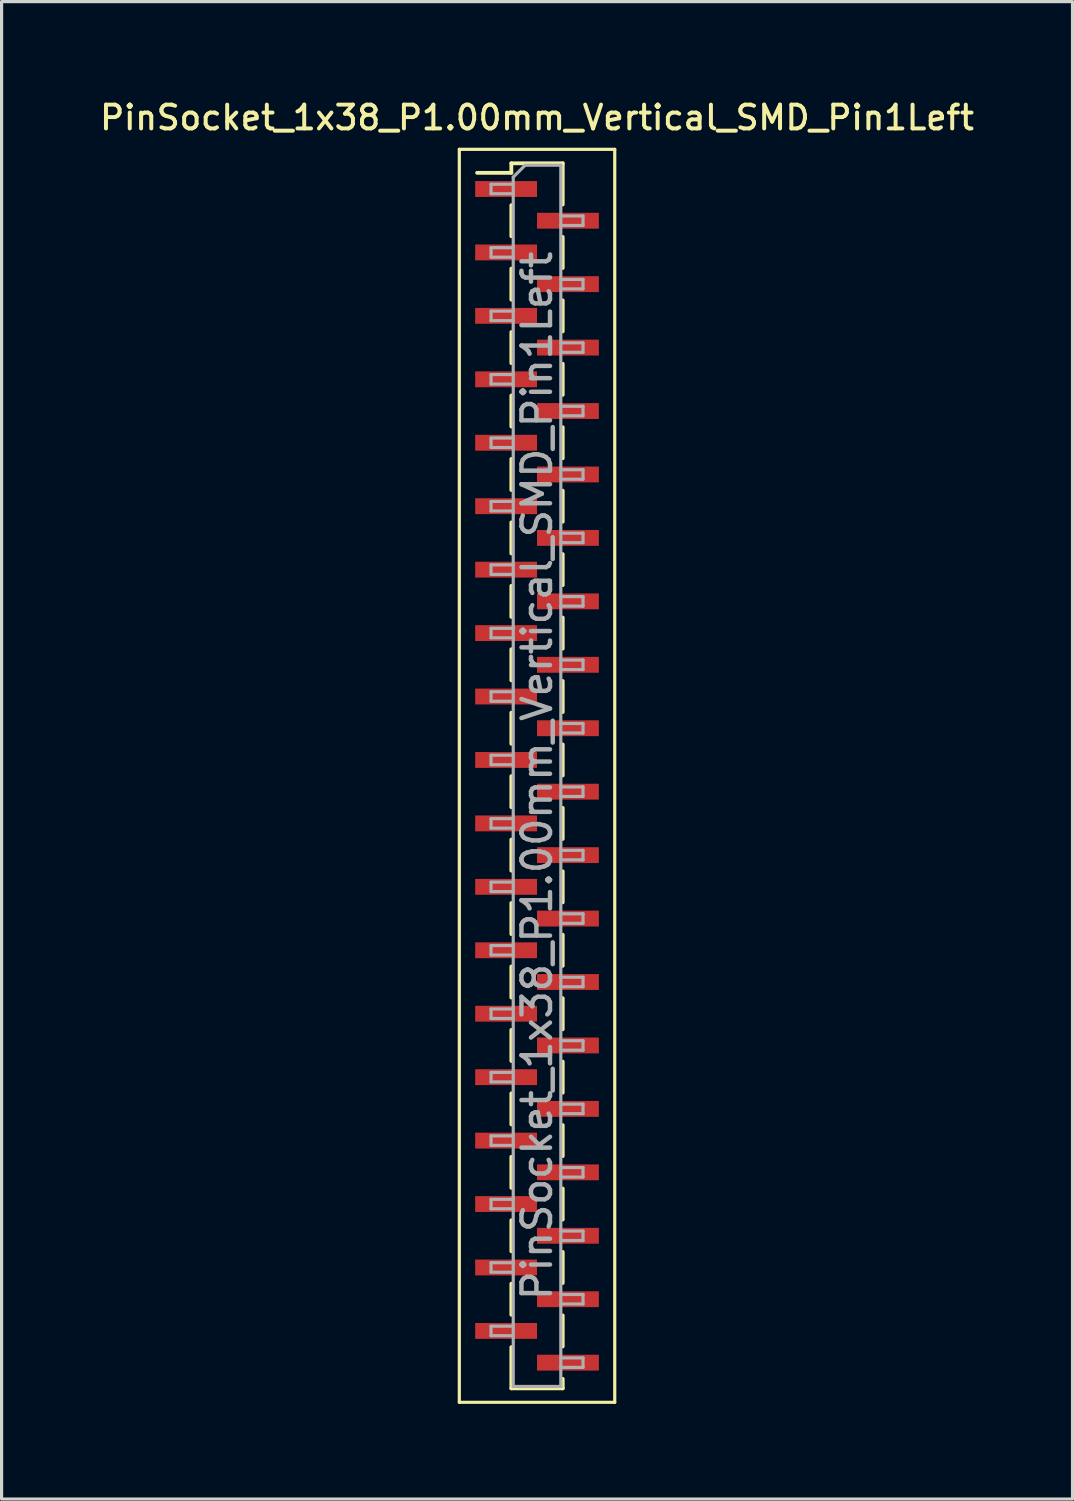
<source format=kicad_pcb>
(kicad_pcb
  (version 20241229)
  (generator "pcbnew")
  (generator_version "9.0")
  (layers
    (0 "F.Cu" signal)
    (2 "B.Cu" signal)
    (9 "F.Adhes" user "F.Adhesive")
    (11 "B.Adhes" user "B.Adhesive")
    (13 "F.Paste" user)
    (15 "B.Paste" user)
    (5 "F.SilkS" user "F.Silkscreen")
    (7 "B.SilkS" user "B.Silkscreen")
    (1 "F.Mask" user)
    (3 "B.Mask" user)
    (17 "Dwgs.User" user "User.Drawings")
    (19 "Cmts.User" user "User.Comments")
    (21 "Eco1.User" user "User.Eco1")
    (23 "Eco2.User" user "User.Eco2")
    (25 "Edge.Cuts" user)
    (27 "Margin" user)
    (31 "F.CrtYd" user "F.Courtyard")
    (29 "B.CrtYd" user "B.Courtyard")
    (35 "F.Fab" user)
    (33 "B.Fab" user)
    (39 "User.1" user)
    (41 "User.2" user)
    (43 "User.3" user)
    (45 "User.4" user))
  (footprint "PinSocket_1x38_P1.00mm_Vertical_SMD_Pin1Left"
    (layer "F.Cu")
    (at 13.88 21.408)
    (property "Reference" "PinSocket_1x38_P1.00mm_Vertical_SMD_Pin1Left" (at 0 -20.75 0) (layer "F.SilkS") (effects (font (size 0.75 0.75) (thickness 0.125))))
    (attr smd)
    (fp_line (start -2.45 -19.75) (end 2.45 -19.75) (stroke (width 0.1) (type solid)) (layer "F.SilkS"))
    (fp_line (start -2.45 19.75) (end -2.45 -19.75) (stroke (width 0.1) (type solid)) (layer "F.SilkS"))
    (fp_line (start -1.89 -19.01) (end -0.81 -19.01) (stroke (width 0.12) (type solid)) (layer "F.SilkS"))
    (fp_line (start -0.81 -19.31) (end -0.81 -19.01) (stroke (width 0.12) (type solid)) (layer "F.SilkS"))
    (fp_line (start -0.81 -19.31) (end 0.81 -19.31) (stroke (width 0.12) (type solid)) (layer "F.SilkS"))
    (fp_line (start -0.81 -17.99) (end -0.81 -17.01) (stroke (width 0.12) (type solid)) (layer "F.SilkS"))
    (fp_line (start -0.81 -15.99) (end -0.81 -15.01) (stroke (width 0.12) (type solid)) (layer "F.SilkS"))
    (fp_line (start -0.81 -13.99) (end -0.81 -13.01) (stroke (width 0.12) (type solid)) (layer "F.SilkS"))
    (fp_line (start -0.81 -11.99) (end -0.81 -11.01) (stroke (width 0.12) (type solid)) (layer "F.SilkS"))
    (fp_line (start -0.81 -9.99) (end -0.81 -9.01) (stroke (width 0.12) (type solid)) (layer "F.SilkS"))
    (fp_line (start -0.81 -7.99) (end -0.81 -7.01) (stroke (width 0.12) (type solid)) (layer "F.SilkS"))
    (fp_line (start -0.81 -5.99) (end -0.81 -5.01) (stroke (width 0.12) (type solid)) (layer "F.SilkS"))
    (fp_line (start -0.81 -3.99) (end -0.81 -3.01) (stroke (width 0.12) (type solid)) (layer "F.SilkS"))
    (fp_line (start -0.81 -1.99) (end -0.81 -1.01) (stroke (width 0.12) (type solid)) (layer "F.SilkS"))
    (fp_line (start -0.81 0.01) (end -0.81 0.99) (stroke (width 0.12) (type solid)) (layer "F.SilkS"))
    (fp_line (start -0.81 2.01) (end -0.81 2.99) (stroke (width 0.12) (type solid)) (layer "F.SilkS"))
    (fp_line (start -0.81 4.01) (end -0.81 4.99) (stroke (width 0.12) (type solid)) (layer "F.SilkS"))
    (fp_line (start -0.81 6.01) (end -0.81 6.99) (stroke (width 0.12) (type solid)) (layer "F.SilkS"))
    (fp_line (start -0.81 8.01) (end -0.81 8.99) (stroke (width 0.12) (type solid)) (layer "F.SilkS"))
    (fp_line (start -0.81 10.01) (end -0.81 10.99) (stroke (width 0.12) (type solid)) (layer "F.SilkS"))
    (fp_line (start -0.81 12.01) (end -0.81 12.99) (stroke (width 0.12) (type solid)) (layer "F.SilkS"))
    (fp_line (start -0.81 14.01) (end -0.81 14.99) (stroke (width 0.12) (type solid)) (layer "F.SilkS"))
    (fp_line (start -0.81 16.01) (end -0.81 16.99) (stroke (width 0.12) (type solid)) (layer "F.SilkS"))
    (fp_line (start -0.81 18.01) (end -0.81 19.31) (stroke (width 0.12) (type solid)) (layer "F.SilkS"))
    (fp_line (start -0.81 19.31) (end 0.81 19.31) (stroke (width 0.12) (type solid)) (layer "F.SilkS"))
    (fp_line (start 0.81 -19.31) (end 0.81 -18.01) (stroke (width 0.12) (type solid)) (layer "F.SilkS"))
    (fp_line (start 0.81 -16.99) (end 0.81 -16.01) (stroke (width 0.12) (type solid)) (layer "F.SilkS"))
    (fp_line (start 0.81 -14.99) (end 0.81 -14.01) (stroke (width 0.12) (type solid)) (layer "F.SilkS"))
    (fp_line (start 0.81 -12.99) (end 0.81 -12.01) (stroke (width 0.12) (type solid)) (layer "F.SilkS"))
    (fp_line (start 0.81 -10.99) (end 0.81 -10.01) (stroke (width 0.12) (type solid)) (layer "F.SilkS"))
    (fp_line (start 0.81 -8.99) (end 0.81 -8.01) (stroke (width 0.12) (type solid)) (layer "F.SilkS"))
    (fp_line (start 0.81 -6.99) (end 0.81 -6.01) (stroke (width 0.12) (type solid)) (layer "F.SilkS"))
    (fp_line (start 0.81 -4.99) (end 0.81 -4.01) (stroke (width 0.12) (type solid)) (layer "F.SilkS"))
    (fp_line (start 0.81 -2.99) (end 0.81 -2.01) (stroke (width 0.12) (type solid)) (layer "F.SilkS"))
    (fp_line (start 0.81 -0.99) (end 0.81 -0.01) (stroke (width 0.12) (type solid)) (layer "F.SilkS"))
    (fp_line (start 0.81 1.01) (end 0.81 1.99) (stroke (width 0.12) (type solid)) (layer "F.SilkS"))
    (fp_line (start 0.81 3.01) (end 0.81 3.99) (stroke (width 0.12) (type solid)) (layer "F.SilkS"))
    (fp_line (start 0.81 5.01) (end 0.81 5.99) (stroke (width 0.12) (type solid)) (layer "F.SilkS"))
    (fp_line (start 0.81 7.01) (end 0.81 7.99) (stroke (width 0.12) (type solid)) (layer "F.SilkS"))
    (fp_line (start 0.81 9.01) (end 0.81 9.99) (stroke (width 0.12) (type solid)) (layer "F.SilkS"))
    (fp_line (start 0.81 11.01) (end 0.81 11.99) (stroke (width 0.12) (type solid)) (layer "F.SilkS"))
    (fp_line (start 0.81 13.01) (end 0.81 13.99) (stroke (width 0.12) (type solid)) (layer "F.SilkS"))
    (fp_line (start 0.81 15.01) (end 0.81 15.99) (stroke (width 0.12) (type solid)) (layer "F.SilkS"))
    (fp_line (start 0.81 17.01) (end 0.81 17.99) (stroke (width 0.12) (type solid)) (layer "F.SilkS"))
    (fp_line (start 0.81 19.01) (end 0.81 19.31) (stroke (width 0.12) (type solid)) (layer "F.SilkS"))
    (fp_line (start 2.45 -19.75) (end 2.45 19.75) (stroke (width 0.1) (type solid)) (layer "F.SilkS"))
    (fp_line (start 2.45 19.75) (end -2.45 19.75) (stroke (width 0.1) (type solid)) (layer "F.SilkS"))
    (fp_line (start -1.45 -18.65) (end -0.75 -18.65) (stroke (width 0.1) (type solid)) (layer "F.Fab"))
    (fp_line (start -1.45 -18.35) (end -1.45 -18.65) (stroke (width 0.1) (type solid)) (layer "F.Fab"))
    (fp_line (start -1.45 -16.65) (end -0.75 -16.65) (stroke (width 0.1) (type solid)) (layer "F.Fab"))
    (fp_line (start -1.45 -16.35) (end -1.45 -16.65) (stroke (width 0.1) (type solid)) (layer "F.Fab"))
    (fp_line (start -1.45 -14.65) (end -0.75 -14.65) (stroke (width 0.1) (type solid)) (layer "F.Fab"))
    (fp_line (start -1.45 -14.35) (end -1.45 -14.65) (stroke (width 0.1) (type solid)) (layer "F.Fab"))
    (fp_line (start -1.45 -12.65) (end -0.75 -12.65) (stroke (width 0.1) (type solid)) (layer "F.Fab"))
    (fp_line (start -1.45 -12.35) (end -1.45 -12.65) (stroke (width 0.1) (type solid)) (layer "F.Fab"))
    (fp_line (start -1.45 -10.65) (end -0.75 -10.65) (stroke (width 0.1) (type solid)) (layer "F.Fab"))
    (fp_line (start -1.45 -10.35) (end -1.45 -10.65) (stroke (width 0.1) (type solid)) (layer "F.Fab"))
    (fp_line (start -1.45 -8.65) (end -0.75 -8.65) (stroke (width 0.1) (type solid)) (layer "F.Fab"))
    (fp_line (start -1.45 -8.35) (end -1.45 -8.65) (stroke (width 0.1) (type solid)) (layer "F.Fab"))
    (fp_line (start -1.45 -6.65) (end -0.75 -6.65) (stroke (width 0.1) (type solid)) (layer "F.Fab"))
    (fp_line (start -1.45 -6.35) (end -1.45 -6.65) (stroke (width 0.1) (type solid)) (layer "F.Fab"))
    (fp_line (start -1.45 -4.65) (end -0.75 -4.65) (stroke (width 0.1) (type solid)) (layer "F.Fab"))
    (fp_line (start -1.45 -4.35) (end -1.45 -4.65) (stroke (width 0.1) (type solid)) (layer "F.Fab"))
    (fp_line (start -1.45 -2.65) (end -0.75 -2.65) (stroke (width 0.1) (type solid)) (layer "F.Fab"))
    (fp_line (start -1.45 -2.35) (end -1.45 -2.65) (stroke (width 0.1) (type solid)) (layer "F.Fab"))
    (fp_line (start -1.45 -0.65) (end -0.75 -0.65) (stroke (width 0.1) (type solid)) (layer "F.Fab"))
    (fp_line (start -1.45 -0.35) (end -1.45 -0.65) (stroke (width 0.1) (type solid)) (layer "F.Fab"))
    (fp_line (start -1.45 1.35) (end -0.75 1.35) (stroke (width 0.1) (type solid)) (layer "F.Fab"))
    (fp_line (start -1.45 1.65) (end -1.45 1.35) (stroke (width 0.1) (type solid)) (layer "F.Fab"))
    (fp_line (start -1.45 3.35) (end -0.75 3.35) (stroke (width 0.1) (type solid)) (layer "F.Fab"))
    (fp_line (start -1.45 3.65) (end -1.45 3.35) (stroke (width 0.1) (type solid)) (layer "F.Fab"))
    (fp_line (start -1.45 5.35) (end -0.75 5.35) (stroke (width 0.1) (type solid)) (layer "F.Fab"))
    (fp_line (start -1.45 5.65) (end -1.45 5.35) (stroke (width 0.1) (type solid)) (layer "F.Fab"))
    (fp_line (start -1.45 7.35) (end -0.75 7.35) (stroke (width 0.1) (type solid)) (layer "F.Fab"))
    (fp_line (start -1.45 7.65) (end -1.45 7.35) (stroke (width 0.1) (type solid)) (layer "F.Fab"))
    (fp_line (start -1.45 9.35) (end -0.75 9.35) (stroke (width 0.1) (type solid)) (layer "F.Fab"))
    (fp_line (start -1.45 9.65) (end -1.45 9.35) (stroke (width 0.1) (type solid)) (layer "F.Fab"))
    (fp_line (start -1.45 11.35) (end -0.75 11.35) (stroke (width 0.1) (type solid)) (layer "F.Fab"))
    (fp_line (start -1.45 11.65) (end -1.45 11.35) (stroke (width 0.1) (type solid)) (layer "F.Fab"))
    (fp_line (start -1.45 13.35) (end -0.75 13.35) (stroke (width 0.1) (type solid)) (layer "F.Fab"))
    (fp_line (start -1.45 13.65) (end -1.45 13.35) (stroke (width 0.1) (type solid)) (layer "F.Fab"))
    (fp_line (start -1.45 15.35) (end -0.75 15.35) (stroke (width 0.1) (type solid)) (layer "F.Fab"))
    (fp_line (start -1.45 15.65) (end -1.45 15.35) (stroke (width 0.1) (type solid)) (layer "F.Fab"))
    (fp_line (start -1.45 17.35) (end -0.75 17.35) (stroke (width 0.1) (type solid)) (layer "F.Fab"))
    (fp_line (start -1.45 17.65) (end -1.45 17.35) (stroke (width 0.1) (type solid)) (layer "F.Fab"))
    (fp_line (start -0.75 -18.875) (end -0.375 -19.25) (stroke (width 0.1) (type solid)) (layer "F.Fab"))
    (fp_line (start -0.75 -18.35) (end -1.45 -18.35) (stroke (width 0.1) (type solid)) (layer "F.Fab"))
    (fp_line (start -0.75 -16.35) (end -1.45 -16.35) (stroke (width 0.1) (type solid)) (layer "F.Fab"))
    (fp_line (start -0.75 -14.35) (end -1.45 -14.35) (stroke (width 0.1) (type solid)) (layer "F.Fab"))
    (fp_line (start -0.75 -12.35) (end -1.45 -12.35) (stroke (width 0.1) (type solid)) (layer "F.Fab"))
    (fp_line (start -0.75 -10.35) (end -1.45 -10.35) (stroke (width 0.1) (type solid)) (layer "F.Fab"))
    (fp_line (start -0.75 -8.35) (end -1.45 -8.35) (stroke (width 0.1) (type solid)) (layer "F.Fab"))
    (fp_line (start -0.75 -6.35) (end -1.45 -6.35) (stroke (width 0.1) (type solid)) (layer "F.Fab"))
    (fp_line (start -0.75 -4.35) (end -1.45 -4.35) (stroke (width 0.1) (type solid)) (layer "F.Fab"))
    (fp_line (start -0.75 -2.35) (end -1.45 -2.35) (stroke (width 0.1) (type solid)) (layer "F.Fab"))
    (fp_line (start -0.75 -0.35) (end -1.45 -0.35) (stroke (width 0.1) (type solid)) (layer "F.Fab"))
    (fp_line (start -0.75 1.65) (end -1.45 1.65) (stroke (width 0.1) (type solid)) (layer "F.Fab"))
    (fp_line (start -0.75 3.65) (end -1.45 3.65) (stroke (width 0.1) (type solid)) (layer "F.Fab"))
    (fp_line (start -0.75 5.65) (end -1.45 5.65) (stroke (width 0.1) (type solid)) (layer "F.Fab"))
    (fp_line (start -0.75 7.65) (end -1.45 7.65) (stroke (width 0.1) (type solid)) (layer "F.Fab"))
    (fp_line (start -0.75 9.65) (end -1.45 9.65) (stroke (width 0.1) (type solid)) (layer "F.Fab"))
    (fp_line (start -0.75 11.65) (end -1.45 11.65) (stroke (width 0.1) (type solid)) (layer "F.Fab"))
    (fp_line (start -0.75 13.65) (end -1.45 13.65) (stroke (width 0.1) (type solid)) (layer "F.Fab"))
    (fp_line (start -0.75 15.65) (end -1.45 15.65) (stroke (width 0.1) (type solid)) (layer "F.Fab"))
    (fp_line (start -0.75 17.65) (end -1.45 17.65) (stroke (width 0.1) (type solid)) (layer "F.Fab"))
    (fp_line (start -0.75 19.25) (end -0.75 -18.875) (stroke (width 0.1) (type solid)) (layer "F.Fab"))
    (fp_line (start -0.375 -19.25) (end 0.75 -19.25) (stroke (width 0.1) (type solid)) (layer "F.Fab"))
    (fp_line (start 0.75 -19.25) (end 0.75 19.25) (stroke (width 0.1) (type solid)) (layer "F.Fab"))
    (fp_line (start 0.75 -17.65) (end 1.45 -17.65) (stroke (width 0.1) (type solid)) (layer "F.Fab"))
    (fp_line (start 0.75 -15.65) (end 1.45 -15.65) (stroke (width 0.1) (type solid)) (layer "F.Fab"))
    (fp_line (start 0.75 -13.65) (end 1.45 -13.65) (stroke (width 0.1) (type solid)) (layer "F.Fab"))
    (fp_line (start 0.75 -11.65) (end 1.45 -11.65) (stroke (width 0.1) (type solid)) (layer "F.Fab"))
    (fp_line (start 0.75 -9.65) (end 1.45 -9.65) (stroke (width 0.1) (type solid)) (layer "F.Fab"))
    (fp_line (start 0.75 -7.65) (end 1.45 -7.65) (stroke (width 0.1) (type solid)) (layer "F.Fab"))
    (fp_line (start 0.75 -5.65) (end 1.45 -5.65) (stroke (width 0.1) (type solid)) (layer "F.Fab"))
    (fp_line (start 0.75 -3.65) (end 1.45 -3.65) (stroke (width 0.1) (type solid)) (layer "F.Fab"))
    (fp_line (start 0.75 -1.65) (end 1.45 -1.65) (stroke (width 0.1) (type solid)) (layer "F.Fab"))
    (fp_line (start 0.75 0.35) (end 1.45 0.35) (stroke (width 0.1) (type solid)) (layer "F.Fab"))
    (fp_line (start 0.75 2.35) (end 1.45 2.35) (stroke (width 0.1) (type solid)) (layer "F.Fab"))
    (fp_line (start 0.75 4.35) (end 1.45 4.35) (stroke (width 0.1) (type solid)) (layer "F.Fab"))
    (fp_line (start 0.75 6.35) (end 1.45 6.35) (stroke (width 0.1) (type solid)) (layer "F.Fab"))
    (fp_line (start 0.75 8.35) (end 1.45 8.35) (stroke (width 0.1) (type solid)) (layer "F.Fab"))
    (fp_line (start 0.75 10.35) (end 1.45 10.35) (stroke (width 0.1) (type solid)) (layer "F.Fab"))
    (fp_line (start 0.75 12.35) (end 1.45 12.35) (stroke (width 0.1) (type solid)) (layer "F.Fab"))
    (fp_line (start 0.75 14.35) (end 1.45 14.35) (stroke (width 0.1) (type solid)) (layer "F.Fab"))
    (fp_line (start 0.75 16.35) (end 1.45 16.35) (stroke (width 0.1) (type solid)) (layer "F.Fab"))
    (fp_line (start 0.75 18.35) (end 1.45 18.35) (stroke (width 0.1) (type solid)) (layer "F.Fab"))
    (fp_line (start 0.75 19.25) (end -0.75 19.25) (stroke (width 0.1) (type solid)) (layer "F.Fab"))
    (fp_line (start 1.45 -17.65) (end 1.45 -17.35) (stroke (width 0.1) (type solid)) (layer "F.Fab"))
    (fp_line (start 1.45 -17.35) (end 0.75 -17.35) (stroke (width 0.1) (type solid)) (layer "F.Fab"))
    (fp_line (start 1.45 -15.65) (end 1.45 -15.35) (stroke (width 0.1) (type solid)) (layer "F.Fab"))
    (fp_line (start 1.45 -15.35) (end 0.75 -15.35) (stroke (width 0.1) (type solid)) (layer "F.Fab"))
    (fp_line (start 1.45 -13.65) (end 1.45 -13.35) (stroke (width 0.1) (type solid)) (layer "F.Fab"))
    (fp_line (start 1.45 -13.35) (end 0.75 -13.35) (stroke (width 0.1) (type solid)) (layer "F.Fab"))
    (fp_line (start 1.45 -11.65) (end 1.45 -11.35) (stroke (width 0.1) (type solid)) (layer "F.Fab"))
    (fp_line (start 1.45 -11.35) (end 0.75 -11.35) (stroke (width 0.1) (type solid)) (layer "F.Fab"))
    (fp_line (start 1.45 -9.65) (end 1.45 -9.35) (stroke (width 0.1) (type solid)) (layer "F.Fab"))
    (fp_line (start 1.45 -9.35) (end 0.75 -9.35) (stroke (width 0.1) (type solid)) (layer "F.Fab"))
    (fp_line (start 1.45 -7.65) (end 1.45 -7.35) (stroke (width 0.1) (type solid)) (layer "F.Fab"))
    (fp_line (start 1.45 -7.35) (end 0.75 -7.35) (stroke (width 0.1) (type solid)) (layer "F.Fab"))
    (fp_line (start 1.45 -5.65) (end 1.45 -5.35) (stroke (width 0.1) (type solid)) (layer "F.Fab"))
    (fp_line (start 1.45 -5.35) (end 0.75 -5.35) (stroke (width 0.1) (type solid)) (layer "F.Fab"))
    (fp_line (start 1.45 -3.65) (end 1.45 -3.35) (stroke (width 0.1) (type solid)) (layer "F.Fab"))
    (fp_line (start 1.45 -3.35) (end 0.75 -3.35) (stroke (width 0.1) (type solid)) (layer "F.Fab"))
    (fp_line (start 1.45 -1.65) (end 1.45 -1.35) (stroke (width 0.1) (type solid)) (layer "F.Fab"))
    (fp_line (start 1.45 -1.35) (end 0.75 -1.35) (stroke (width 0.1) (type solid)) (layer "F.Fab"))
    (fp_line (start 1.45 0.35) (end 1.45 0.65) (stroke (width 0.1) (type solid)) (layer "F.Fab"))
    (fp_line (start 1.45 0.65) (end 0.75 0.65) (stroke (width 0.1) (type solid)) (layer "F.Fab"))
    (fp_line (start 1.45 2.35) (end 1.45 2.65) (stroke (width 0.1) (type solid)) (layer "F.Fab"))
    (fp_line (start 1.45 2.65) (end 0.75 2.65) (stroke (width 0.1) (type solid)) (layer "F.Fab"))
    (fp_line (start 1.45 4.35) (end 1.45 4.65) (stroke (width 0.1) (type solid)) (layer "F.Fab"))
    (fp_line (start 1.45 4.65) (end 0.75 4.65) (stroke (width 0.1) (type solid)) (layer "F.Fab"))
    (fp_line (start 1.45 6.35) (end 1.45 6.65) (stroke (width 0.1) (type solid)) (layer "F.Fab"))
    (fp_line (start 1.45 6.65) (end 0.75 6.65) (stroke (width 0.1) (type solid)) (layer "F.Fab"))
    (fp_line (start 1.45 8.35) (end 1.45 8.65) (stroke (width 0.1) (type solid)) (layer "F.Fab"))
    (fp_line (start 1.45 8.65) (end 0.75 8.65) (stroke (width 0.1) (type solid)) (layer "F.Fab"))
    (fp_line (start 1.45 10.35) (end 1.45 10.65) (stroke (width 0.1) (type solid)) (layer "F.Fab"))
    (fp_line (start 1.45 10.65) (end 0.75 10.65) (stroke (width 0.1) (type solid)) (layer "F.Fab"))
    (fp_line (start 1.45 12.35) (end 1.45 12.65) (stroke (width 0.1) (type solid)) (layer "F.Fab"))
    (fp_line (start 1.45 12.65) (end 0.75 12.65) (stroke (width 0.1) (type solid)) (layer "F.Fab"))
    (fp_line (start 1.45 14.35) (end 1.45 14.65) (stroke (width 0.1) (type solid)) (layer "F.Fab"))
    (fp_line (start 1.45 14.65) (end 0.75 14.65) (stroke (width 0.1) (type solid)) (layer "F.Fab"))
    (fp_line (start 1.45 16.35) (end 1.45 16.65) (stroke (width 0.1) (type solid)) (layer "F.Fab"))
    (fp_line (start 1.45 16.65) (end 0.75 16.65) (stroke (width 0.1) (type solid)) (layer "F.Fab"))
    (fp_line (start 1.45 18.35) (end 1.45 18.65) (stroke (width 0.1) (type solid)) (layer "F.Fab"))
    (fp_line (start 1.45 18.65) (end 0.75 18.65) (stroke (width 0.1) (type solid)) (layer "F.Fab"))
    (fp_text user "${REFERENCE}" (at 0 0 90) (layer "F.Fab") (effects (font (size 0.9 0.9) (thickness 0.14))))
    (pad "1" smd rect (at -0.975 -18.5) (size 1.95 0.5) (layers "F.Cu" "F.Mask" "F.Paste"))
    (pad "2" smd rect (at 0.975 -17.5) (size 1.95 0.5) (layers "F.Cu" "F.Mask" "F.Paste"))
    (pad "3" smd rect (at -0.975 -16.5) (size 1.95 0.5) (layers "F.Cu" "F.Mask" "F.Paste"))
    (pad "4" smd rect (at 0.975 -15.5) (size 1.95 0.5) (layers "F.Cu" "F.Mask" "F.Paste"))
    (pad "5" smd rect (at -0.975 -14.5) (size 1.95 0.5) (layers "F.Cu" "F.Mask" "F.Paste"))
    (pad "6" smd rect (at 0.975 -13.5) (size 1.95 0.5) (layers "F.Cu" "F.Mask" "F.Paste"))
    (pad "7" smd rect (at -0.975 -12.5) (size 1.95 0.5) (layers "F.Cu" "F.Mask" "F.Paste"))
    (pad "8" smd rect (at 0.975 -11.5) (size 1.95 0.5) (layers "F.Cu" "F.Mask" "F.Paste"))
    (pad "9" smd rect (at -0.975 -10.5) (size 1.95 0.5) (layers "F.Cu" "F.Mask" "F.Paste"))
    (pad "10" smd rect (at 0.975 -9.5) (size 1.95 0.5) (layers "F.Cu" "F.Mask" "F.Paste"))
    (pad "11" smd rect (at -0.975 -8.5) (size 1.95 0.5) (layers "F.Cu" "F.Mask" "F.Paste"))
    (pad "12" smd rect (at 0.975 -7.5) (size 1.95 0.5) (layers "F.Cu" "F.Mask" "F.Paste"))
    (pad "13" smd rect (at -0.975 -6.5) (size 1.95 0.5) (layers "F.Cu" "F.Mask" "F.Paste"))
    (pad "14" smd rect (at 0.975 -5.5) (size 1.95 0.5) (layers "F.Cu" "F.Mask" "F.Paste"))
    (pad "15" smd rect (at -0.975 -4.5) (size 1.95 0.5) (layers "F.Cu" "F.Mask" "F.Paste"))
    (pad "16" smd rect (at 0.975 -3.5) (size 1.95 0.5) (layers "F.Cu" "F.Mask" "F.Paste"))
    (pad "17" smd rect (at -0.975 -2.5) (size 1.95 0.5) (layers "F.Cu" "F.Mask" "F.Paste"))
    (pad "18" smd rect (at 0.975 -1.5) (size 1.95 0.5) (layers "F.Cu" "F.Mask" "F.Paste"))
    (pad "19" smd rect (at -0.975 -0.5) (size 1.95 0.5) (layers "F.Cu" "F.Mask" "F.Paste"))
    (pad "20" smd rect (at 0.975 0.5) (size 1.95 0.5) (layers "F.Cu" "F.Mask" "F.Paste"))
    (pad "21" smd rect (at -0.975 1.5) (size 1.95 0.5) (layers "F.Cu" "F.Mask" "F.Paste"))
    (pad "22" smd rect (at 0.975 2.5) (size 1.95 0.5) (layers "F.Cu" "F.Mask" "F.Paste"))
    (pad "23" smd rect (at -0.975 3.5) (size 1.95 0.5) (layers "F.Cu" "F.Mask" "F.Paste"))
    (pad "24" smd rect (at 0.975 4.5) (size 1.95 0.5) (layers "F.Cu" "F.Mask" "F.Paste"))
    (pad "25" smd rect (at -0.975 5.5) (size 1.95 0.5) (layers "F.Cu" "F.Mask" "F.Paste"))
    (pad "26" smd rect (at 0.975 6.5) (size 1.95 0.5) (layers "F.Cu" "F.Mask" "F.Paste"))
    (pad "27" smd rect (at -0.975 7.5) (size 1.95 0.5) (layers "F.Cu" "F.Mask" "F.Paste"))
    (pad "28" smd rect (at 0.975 8.5) (size 1.95 0.5) (layers "F.Cu" "F.Mask" "F.Paste"))
    (pad "29" smd rect (at -0.975 9.5) (size 1.95 0.5) (layers "F.Cu" "F.Mask" "F.Paste"))
    (pad "30" smd rect (at 0.975 10.5) (size 1.95 0.5) (layers "F.Cu" "F.Mask" "F.Paste"))
    (pad "31" smd rect (at -0.975 11.5) (size 1.95 0.5) (layers "F.Cu" "F.Mask" "F.Paste"))
    (pad "32" smd rect (at 0.975 12.5) (size 1.95 0.5) (layers "F.Cu" "F.Mask" "F.Paste"))
    (pad "33" smd rect (at -0.975 13.5) (size 1.95 0.5) (layers "F.Cu" "F.Mask" "F.Paste"))
    (pad "34" smd rect (at 0.975 14.5) (size 1.95 0.5) (layers "F.Cu" "F.Mask" "F.Paste"))
    (pad "35" smd rect (at -0.975 15.5) (size 1.95 0.5) (layers "F.Cu" "F.Mask" "F.Paste"))
    (pad "36" smd rect (at 0.975 16.5) (size 1.95 0.5) (layers "F.Cu" "F.Mask" "F.Paste"))
    (pad "37" smd rect (at -0.975 17.5) (size 1.95 0.5) (layers "F.Cu" "F.Mask" "F.Paste"))
    (pad "38" smd rect (at 0.975 18.5) (size 1.95 0.5) (layers "F.Cu" "F.Mask" "F.Paste")))
  (gr_rect
    (start -3 -3)
    (end 30.761 44.208)
    (stroke (width 0.1) (type default))
    (fill no)
    (layer "Edge.Cuts")))
</source>
